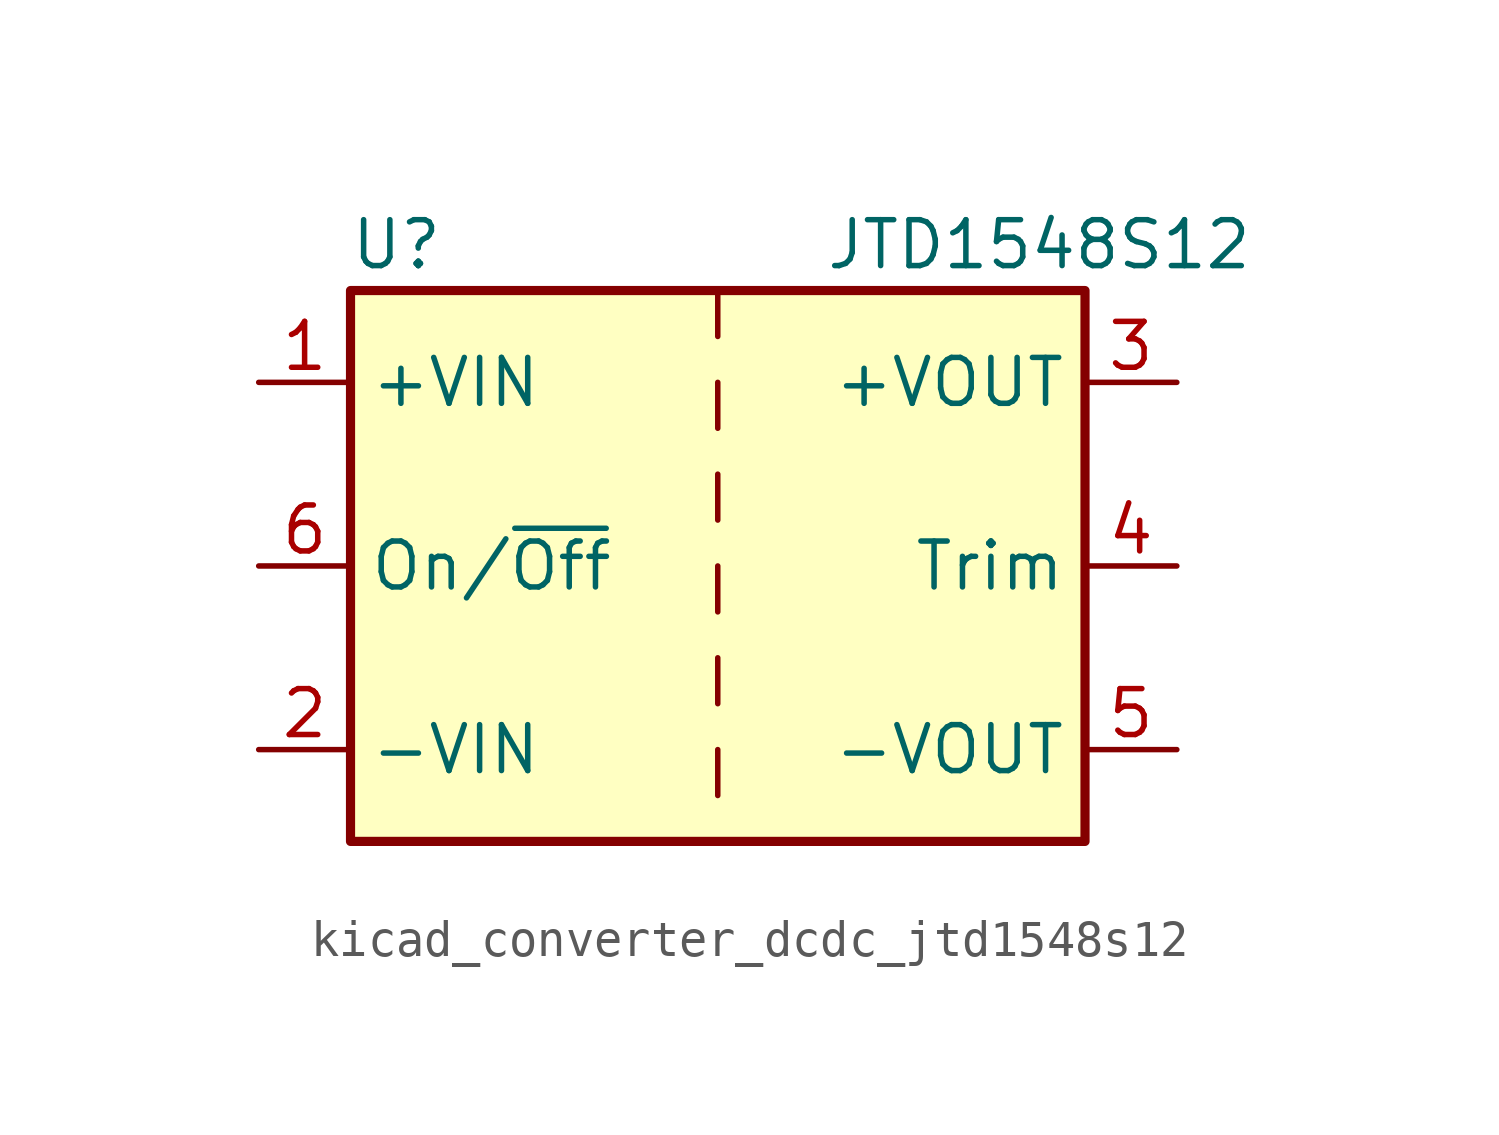
<source format=kicad_sym>
(kicad_symbol_lib
  (version 20220914)
  (generator kicad_symbol_editor)
  (symbol "kicad_converter_dcdc_jtd1548s12"
    (property "Reference" "U"
      (at -8.89 8.89 0)
      (effects (font (size 1.27 1.27))))
    (property "Value" "JTD1548S12"
      (at 8.89 8.89 0)
      (effects (font (size 1.27 1.27))))
    (symbol "kicad_converter_dcdc_jtd1548s12_0_1"
      (rectangle (start -10.16 7.62) (end 10.16 -7.62) (stroke (width 0.254) (type default)) (fill (type background)))
      (polyline (pts (xy 0 -5.08) (xy 0 -6.35)) (stroke (width 0) (type default)) (fill (type none)))
      (polyline (pts (xy 0 -2.54) (xy 0 -3.81)) (stroke (width 0) (type default)) (fill (type none)))
      (polyline (pts (xy 0 0) (xy 0 -1.27)) (stroke (width 0) (type default)) (fill (type none)))
      (polyline (pts (xy 0 2.54) (xy 0 1.27)) (stroke (width 0) (type default)) (fill (type none)))
      (polyline (pts (xy 0 5.08) (xy 0 3.81)) (stroke (width 0) (type default)) (fill (type none)))
      (polyline (pts (xy 0 7.62) (xy 0 6.35)) (stroke (width 0) (type default)) (fill (type none))))
    (symbol "kicad_converter_dcdc_jtd1548s12_1_1"
      (pin power_in line (at -12.7 5.08 0) (length 2.54) (name "+VIN" (effects (font (size 1.27 1.27)))) (number "1" (effects (font (size 1.27 1.27)))))
      (pin power_in line (at -12.7 -5.08 0) (length 2.54) (name "-VIN" (effects (font (size 1.27 1.27)))) (number "2" (effects (font (size 1.27 1.27)))))
      (pin power_out line (at 12.7 5.08 180) (length 2.54) (name "+VOUT" (effects (font (size 1.27 1.27)))) (number "3" (effects (font (size 1.27 1.27)))))
      (pin input line (at 12.7 0 180) (length 2.54) (name "Trim" (effects (font (size 1.27 1.27)))) (number "4" (effects (font (size 1.27 1.27)))))
      (pin power_out line (at 12.7 -5.08 180) (length 2.54) (name "-VOUT" (effects (font (size 1.27 1.27)))) (number "5" (effects (font (size 1.27 1.27)))))
      (pin input line (at -12.7 0 0) (length 2.54) (name "On/~{Off}" (effects (font (size 1.27 1.27)))) (number "6" (effects (font (size 1.27 1.27))))))))
</source>
